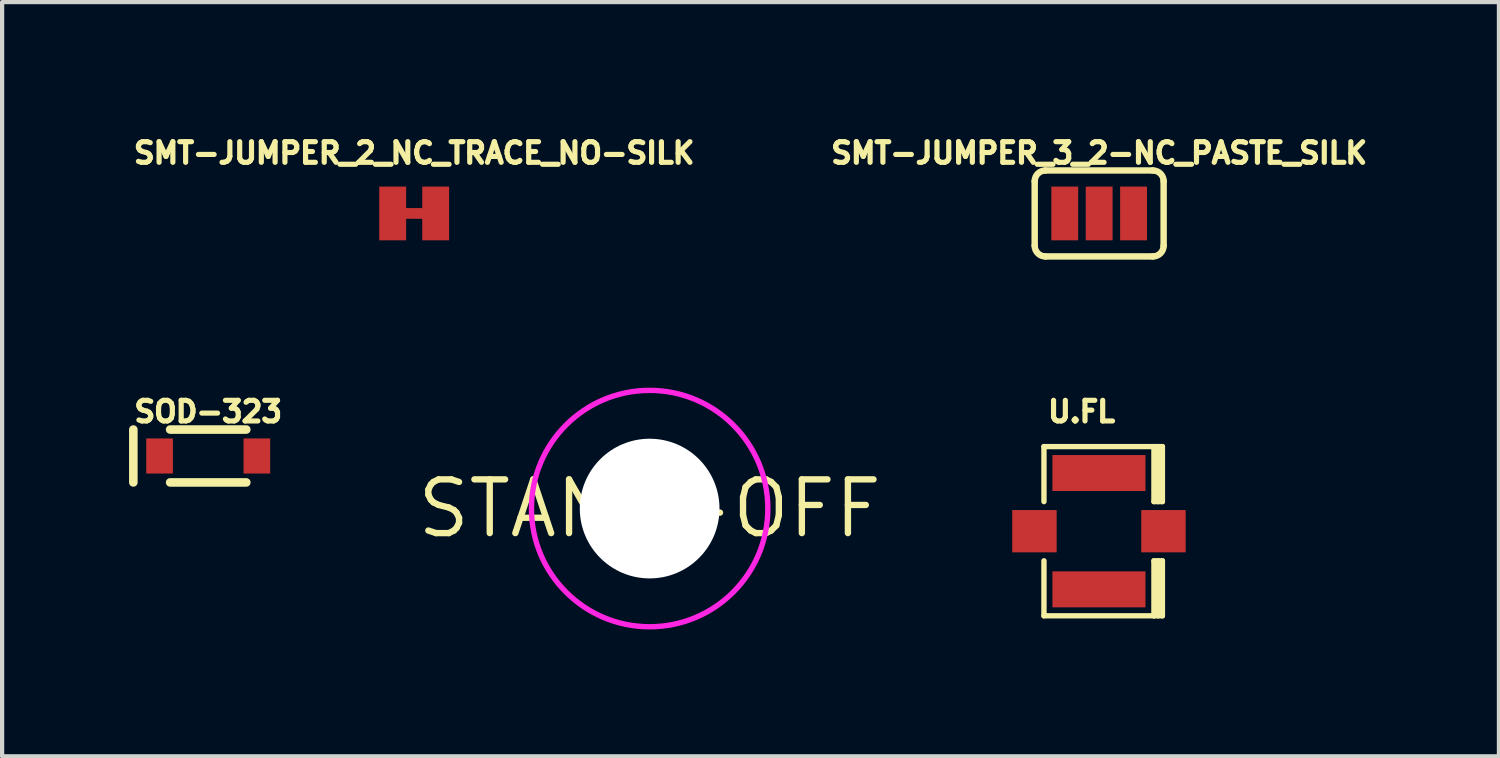
<source format=kicad_pcb>
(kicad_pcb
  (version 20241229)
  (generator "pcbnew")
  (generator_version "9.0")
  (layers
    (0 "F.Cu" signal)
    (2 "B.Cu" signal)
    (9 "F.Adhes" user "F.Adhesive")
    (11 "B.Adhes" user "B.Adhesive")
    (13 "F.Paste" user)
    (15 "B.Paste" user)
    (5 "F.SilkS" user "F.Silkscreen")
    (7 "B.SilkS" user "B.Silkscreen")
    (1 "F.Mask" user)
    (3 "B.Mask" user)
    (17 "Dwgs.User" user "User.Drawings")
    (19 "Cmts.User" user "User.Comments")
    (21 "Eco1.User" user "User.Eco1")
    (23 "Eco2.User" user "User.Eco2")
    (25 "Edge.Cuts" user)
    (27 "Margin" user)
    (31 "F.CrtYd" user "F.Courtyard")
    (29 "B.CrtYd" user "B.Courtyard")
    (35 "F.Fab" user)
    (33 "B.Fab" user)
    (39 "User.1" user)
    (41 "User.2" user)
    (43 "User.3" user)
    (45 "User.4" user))
  (footprint "STAND-OFF"
    (layer "F.Cu")
    (at 12.307 8.972)
    (property "Reference" "STAND-OFF" (at 0 0 0) (layer "F.SilkS") (effects (font (size 1.27 1.27) (thickness 0.15))))
    (fp_circle (center 0 0) (end 2.794 0) (stroke (width 0.127) (type solid)) (fill no) (layer "F.CrtYd"))
    (pad "" np_thru_hole circle (at 0 0) (size 3.302 3.302) (drill 3.302) (layers "*.Cu" "*.Mask")))
  (footprint "SMT-JUMPER_2_NC_TRACE_NO-SILK"
    (layer "F.Cu")
    (at 6.741 1.996)
    (property "Reference" "SMT-JUMPER_2_NC_TRACE_NO-SILK" (at 0 -1.143 0) (unlocked yes) (layer "F.SilkS") (effects (font (size 0.488 0.488) (thickness 0.122)) (justify bottom)))
    (fp_line (start -0.508 0) (end 0.508 0) (stroke (width 0.254) (type solid)) (layer "F.Cu"))
    (fp_poly (pts (xy 0.254 0.191) (xy -0.254 0.191) (xy -0.254 -0.191) (xy 0.254 -0.191)) (stroke (width 0) (type default)) (fill yes) (layer "F.Mask"))
    (pad "1" smd rect (at -0.508 0) (size 0.635 1.27) (layers "F.Cu" "F.Mask"))
    (pad "2" smd rect (at 0.508 0) (size 0.635 1.27) (layers "F.Cu" "F.Mask")))
  (footprint "SOD-323"
    (layer "F.Cu")
    (at 1.872 7.729)
    (property "Reference" "SOD-323" (at 0 -0.762 0) (unlocked yes) (layer "F.SilkS") (effects (font (size 0.488 0.488) (thickness 0.122)) (justify bottom)))
    (fp_line (start -1.77 -0.625) (end -1.77 0.625) (stroke (width 0.203) (type solid)) (layer "F.SilkS"))
    (fp_line (start -0.9 -0.625) (end 0.9 -0.625) (stroke (width 0.203) (type solid)) (layer "F.SilkS"))
    (fp_line (start -0.9 0.625) (end 0.9 0.625) (stroke (width 0.203) (type solid)) (layer "F.SilkS"))
    (pad "A" smd rect (at 1.15 0) (size 0.63 0.83) (layers "F.Cu" "F.Mask" "F.Paste"))
    (pad "C" smd rect (at -1.15 0) (size 0.63 0.83) (layers "F.Cu" "F.Mask" "F.Paste")))
  (footprint "SMT-JUMPER_3_2-NC_PASTE_SILK"
    (layer "F.Cu")
    (at 22.933 1.996)
    (property "Reference" "SMT-JUMPER_3_2-NC_PASTE_SILK" (at 0 -1.143 0) (unlocked yes) (layer "F.SilkS") (effects (font (size 0.488 0.488) (thickness 0.122)) (justify bottom)))
    (fp_line (start -1.524 0.762) (end -1.524 -0.762) (stroke (width 0.152) (type solid)) (layer "F.SilkS"))
    (fp_line (start -1.27 -1.016) (end 1.27 -1.016) (stroke (width 0.152) (type solid)) (layer "F.SilkS"))
    (fp_line (start 1.27 1.016) (end -1.27 1.016) (stroke (width 0.152) (type solid)) (layer "F.SilkS"))
    (fp_line (start 1.524 0.762) (end 1.524 -0.762) (stroke (width 0.152) (type solid)) (layer "F.SilkS"))
    (fp_arc (start -1.524 -0.762) (mid -1.449605 -0.941605) (end -1.27 -1.016) (stroke (width 0.1524) (type solid)) (layer "F.SilkS"))
    (fp_arc (start -1.27 1.016) (mid -1.449605 0.941605) (end -1.524 0.762) (stroke (width 0.1524) (type solid)) (layer "F.SilkS"))
    (fp_arc (start 1.27 -1.016) (mid 1.449605 -0.941605) (end 1.524 -0.762) (stroke (width 0.1524) (type solid)) (layer "F.SilkS"))
    (fp_arc (start 1.524 0.762) (mid 1.449605 0.941605) (end 1.27 1.016) (stroke (width 0.1524) (type solid)) (layer "F.SilkS"))
    (fp_poly (pts (xy -1.651 1.118) (xy 1.651 1.118) (xy 1.651 -1.118) (xy -1.651 -1.118)) (stroke (width 0) (type default)) (fill yes) (layer "F.Paste"))
    (pad "1" smd rect (at -0.813 0) (size 0.635 1.27) (layers "F.Cu" "F.Mask"))
    (pad "2" smd rect (at 0 0) (size 0.635 1.27) (layers "F.Cu" "F.Mask"))
    (pad "3" smd rect (at 0.813 0) (size 0.635 1.27) (layers "F.Cu" "F.Mask")))
  (footprint "U.FL"
    (layer "F.Cu")
    (at 22.928 9.507)
    (property "Reference" "U.FL" (at -1.27 -2.54 0) (unlocked yes) (layer "F.SilkS") (effects (font (size 0.488 0.488) (thickness 0.122)) (justify left bottom)))
    (fp_line (start -1.3 -0.7) (end -1.3 -2) (stroke (width 0.127) (type solid)) (layer "F.SilkS"))
    (fp_line (start -1.3 2) (end -1.3 0.7) (stroke (width 0.127) (type solid)) (layer "F.SilkS"))
    (fp_line (start -1.3 2) (end 1.3 2) (stroke (width 0.127) (type solid)) (layer "F.SilkS"))
    (fp_line (start 1.3 -2) (end -1.3 -2) (stroke (width 0.127) (type solid)) (layer "F.SilkS"))
    (fp_line (start 1.3 -0.7) (end 1.3 -2) (stroke (width 0.127) (type solid)) (layer "F.SilkS"))
    (fp_line (start 1.3 2) (end 1.3 0.7) (stroke (width 0.127) (type solid)) (layer "F.SilkS"))
    (fp_line (start 1.4 -0.7) (end 1.4 -2) (stroke (width 0.127) (type solid)) (layer "F.SilkS"))
    (fp_line (start 1.4 2) (end 1.4 0.7) (stroke (width 0.127) (type solid)) (layer "F.SilkS"))
    (fp_line (start 1.5 -2) (end 1.3 -2) (stroke (width 0.127) (type solid)) (layer "F.SilkS"))
    (fp_line (start 1.5 -0.7) (end 1.3 -0.7) (stroke (width 0.127) (type solid)) (layer "F.SilkS"))
    (fp_line (start 1.5 -0.7) (end 1.5 -2) (stroke (width 0.127) (type solid)) (layer "F.SilkS"))
    (fp_line (start 1.5 0.7) (end 1.3 0.7) (stroke (width 0.127) (type solid)) (layer "F.SilkS"))
    (fp_line (start 1.5 2) (end 1.3 2) (stroke (width 0.127) (type solid)) (layer "F.SilkS"))
    (fp_line (start 1.5 2) (end 1.5 0.7) (stroke (width 0.127) (type solid)) (layer "F.SilkS"))
    (pad "1" smd rect (at 0 -1.375) (size 2.2 0.85) (layers "F.Cu" "F.Mask" "F.Paste"))
    (pad "2" smd rect (at 0 1.375) (size 2.2 0.85) (layers "F.Cu" "F.Mask" "F.Paste"))
    (pad "FEED" smd rect (at 1.525 0) (size 1.05 1) (layers "F.Cu" "F.Mask" "F.Paste"))
    (pad "NC" smd rect (at -1.525 0) (size 1.05 1) (layers "F.Cu" "F.Mask" "F.Paste")))
  (gr_rect
    (start -3 -3)
    (end 32.383 14.829)
    (stroke (width 0.1) (type default))
    (fill no)
    (layer "Edge.Cuts")))
</source>
